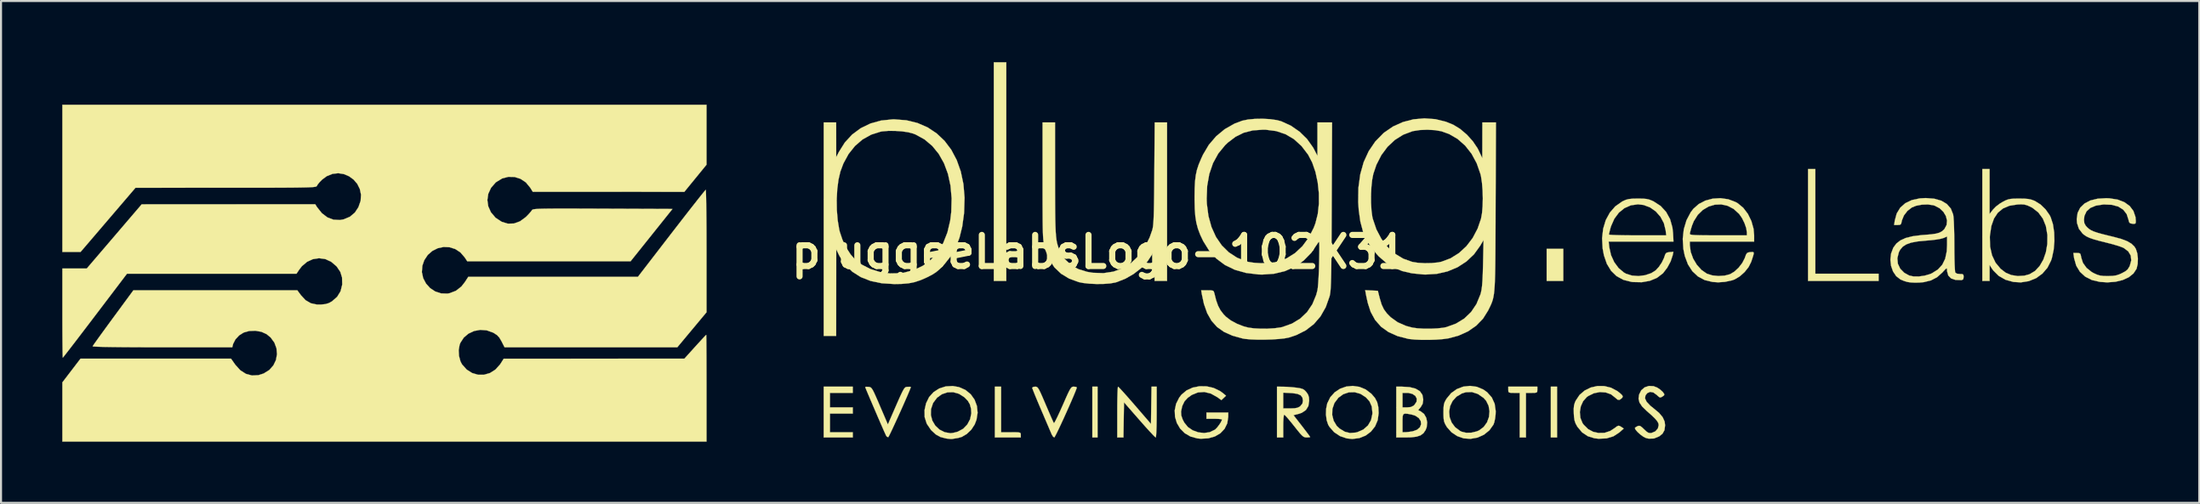
<source format=kicad_pcb>
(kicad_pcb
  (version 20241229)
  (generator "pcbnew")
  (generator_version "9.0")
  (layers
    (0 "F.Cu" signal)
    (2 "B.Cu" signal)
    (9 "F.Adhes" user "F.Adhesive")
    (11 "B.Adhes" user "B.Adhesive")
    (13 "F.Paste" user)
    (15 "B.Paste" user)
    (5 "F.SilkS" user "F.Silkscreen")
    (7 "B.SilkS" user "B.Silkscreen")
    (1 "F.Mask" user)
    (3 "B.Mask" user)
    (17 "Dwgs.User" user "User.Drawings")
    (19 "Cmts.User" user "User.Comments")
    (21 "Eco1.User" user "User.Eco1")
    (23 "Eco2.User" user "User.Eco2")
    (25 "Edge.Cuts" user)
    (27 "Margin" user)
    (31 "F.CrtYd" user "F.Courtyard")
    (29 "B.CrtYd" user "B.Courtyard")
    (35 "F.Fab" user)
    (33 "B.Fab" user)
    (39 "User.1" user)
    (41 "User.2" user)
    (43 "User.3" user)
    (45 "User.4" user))
  (footprint "pluggeeLabsLogo-102X31"
    (layer "F.Cu")
    (at 50.805 9.301)
    (property "Reference" "pluggeeLabsLogo-102X31" (at 0 0 0) (layer "F.SilkS") (effects (font (size 1.524 1.524) (thickness 0.3))))
    (attr through_hole)
    (fp_poly (pts (xy -4.572 1.422) (xy -5.182 1.422) (xy -5.182 -9.296) (xy -4.572 -9.296) (xy -4.572 1.422)) (stroke (width 0.01) (type solid)) (fill yes) (layer "F.SilkS"))
    (fp_poly (pts (xy -0.102 9.093) (xy -0.356 9.093) (xy -0.356 6.604) (xy -0.102 6.604) (xy -0.102 9.093)) (stroke (width 0.01) (type solid)) (fill yes) (layer "F.SilkS"))
    (fp_poly (pts (xy 22.403 9.093) (xy 22.098 9.093) (xy 22.098 6.604) (xy 22.403 6.604) (xy 22.403 9.093)) (stroke (width 0.01) (type solid)) (fill yes) (layer "F.SilkS"))
    (fp_poly (pts (xy 22.708 1.422) (xy 21.895 1.422) (xy 21.895 -0.152) (xy 22.708 -0.152) (xy 22.708 1.422)) (stroke (width 0.01) (type solid)) (fill yes) (layer "F.SilkS"))
    (fp_poly (pts (xy 35.052 1.067) (xy 38.151 1.067) (xy 38.151 1.422) (xy 34.696 1.422) (xy 34.696 -4.064) (xy 35.052 -4.064) (xy 35.052 1.067)) (stroke (width 0.01) (type solid)) (fill yes) (layer "F.SilkS"))
    (fp_poly (pts (xy -12.09 6.909) (xy -13.208 6.909) (xy -13.208 7.62) (xy -12.09 7.62) (xy -12.09 7.925) (xy -13.208 7.925) (xy -13.208 8.839) (xy -12.09 8.839) (xy -12.09 9.093) (xy -13.513 9.093) (xy -13.513 6.604) (xy -12.09 6.604) (xy -12.09 6.909)) (stroke (width 0.01) (type solid)) (fill yes) (layer "F.SilkS"))
    (fp_poly (pts (xy -4.826 8.839) (xy -4.343 8.839) (xy -4.12 8.84) (xy -3.979 8.846) (xy -3.901 8.862) (xy -3.868 8.893) (xy -3.861 8.945) (xy -3.861 8.966) (xy -3.861 9.093) (xy -5.131 9.093) (xy -5.131 6.604) (xy -4.826 6.604) (xy -4.826 8.839)) (stroke (width 0.01) (type solid)) (fill yes) (layer "F.SilkS"))
    (fp_poly (pts (xy 21.438 6.756) (xy 21.433 6.844) (xy 21.402 6.889) (xy 21.32 6.906) (xy 21.162 6.909) (xy 21.158 6.909) (xy 20.879 6.909) (xy 20.879 9.093) (xy 20.574 9.093) (xy 20.574 6.909) (xy 20.295 6.909) (xy 20.135 6.906) (xy 20.052 6.889) (xy 20.02 6.845) (xy 20.015 6.759) (xy 20.015 6.604) (xy 21.438 6.604) (xy 21.438 6.756)) (stroke (width 0.01) (type solid)) (fill yes) (layer "F.SilkS"))
    (fp_poly (pts (xy 2.794 7.849) (xy 2.792 8.232) (xy 2.787 8.557) (xy 2.778 8.814) (xy 2.767 8.992) (xy 2.753 9.083) (xy 2.746 9.093) (xy 2.7 9.057) (xy 2.598 8.954) (xy 2.45 8.796) (xy 2.266 8.594) (xy 2.057 8.358) (xy 1.946 8.232) (xy 1.194 7.371) (xy 1.166 9.093) (xy 0.864 9.093) (xy 0.864 7.849) (xy 0.865 7.505) (xy 0.869 7.198) (xy 0.876 6.941) (xy 0.884 6.748) (xy 0.894 6.632) (xy 0.902 6.605) (xy 0.944 6.642) (xy 1.043 6.745) (xy 1.188 6.905) (xy 1.371 7.11) (xy 1.581 7.35) (xy 1.727 7.519) (xy 2.515 8.433) (xy 2.528 7.518) (xy 2.542 6.604) (xy 2.794 6.604) (xy 2.794 7.849)) (stroke (width 0.01) (type solid)) (fill yes) (layer "F.SilkS"))
    (fp_poly (pts (xy -9.246 6.62) (xy -9.246 6.621) (xy -9.266 6.684) (xy -9.321 6.822) (xy -9.405 7.021) (xy -9.512 7.266) (xy -9.633 7.542) (xy -9.763 7.833) (xy -9.895 8.125) (xy -10.023 8.403) (xy -10.138 8.652) (xy -10.235 8.857) (xy -10.308 9.004) (xy -10.348 9.076) (xy -10.353 9.081) (xy -10.417 9.058) (xy -10.456 9.007) (xy -10.491 8.932) (xy -10.558 8.784) (xy -10.649 8.577) (xy -10.758 8.327) (xy -10.878 8.05) (xy -11.002 7.76) (xy -11.125 7.473) (xy -11.24 7.205) (xy -11.339 6.971) (xy -11.417 6.786) (xy -11.466 6.665) (xy -11.481 6.624) (xy -11.437 6.61) (xy -11.329 6.612) (xy -11.318 6.613) (xy -11.26 6.622) (xy -11.212 6.643) (xy -11.164 6.689) (xy -11.11 6.772) (xy -11.042 6.906) (xy -10.954 7.101) (xy -10.836 7.371) (xy -10.763 7.543) (xy -10.371 8.457) (xy -10.238 8.153) (xy -10.057 7.736) (xy -9.912 7.404) (xy -9.797 7.145) (xy -9.708 6.951) (xy -9.639 6.812) (xy -9.586 6.719) (xy -9.543 6.662) (xy -9.505 6.632) (xy -9.468 6.62) (xy -9.425 6.615) (xy -9.408 6.613) (xy -9.297 6.609) (xy -9.246 6.62)) (stroke (width 0.01) (type solid)) (fill yes) (layer "F.SilkS"))
    (fp_poly (pts (xy 24.715 6.575) (xy 25.045 6.656) (xy 25.352 6.818) (xy 25.469 6.909) (xy 25.579 7.01) (xy 25.621 7.074) (xy 25.607 7.127) (xy 25.572 7.17) (xy 25.465 7.252) (xy 25.365 7.241) (xy 25.268 7.156) (xy 25.051 6.984) (xy 24.788 6.888) (xy 24.499 6.869) (xy 24.205 6.927) (xy 23.93 7.063) (xy 23.862 7.112) (xy 23.68 7.316) (xy 23.565 7.571) (xy 23.519 7.853) (xy 23.546 8.134) (xy 23.649 8.388) (xy 23.706 8.469) (xy 23.926 8.687) (xy 24.173 8.818) (xy 24.423 8.873) (xy 24.734 8.868) (xy 25.017 8.771) (xy 25.223 8.635) (xy 25.34 8.548) (xy 25.415 8.518) (xy 25.484 8.538) (xy 25.539 8.572) (xy 25.669 8.657) (xy 25.452 8.85) (xy 25.166 9.037) (xy 24.826 9.14) (xy 24.438 9.157) (xy 24.239 9.135) (xy 23.911 9.034) (xy 23.629 8.845) (xy 23.403 8.575) (xy 23.395 8.563) (xy 23.311 8.41) (xy 23.26 8.265) (xy 23.234 8.087) (xy 23.223 7.918) (xy 23.219 7.69) (xy 23.234 7.525) (xy 23.275 7.385) (xy 23.316 7.292) (xy 23.505 7.009) (xy 23.757 6.793) (xy 24.054 6.647) (xy 24.378 6.573) (xy 24.715 6.575)) (stroke (width 0.01) (type solid)) (fill yes) (layer "F.SilkS"))
    (fp_poly (pts (xy 12.72 6.613) (xy 13.027 6.739) (xy 13.304 6.949) (xy 13.311 6.956) (xy 13.484 7.157) (xy 13.592 7.362) (xy 13.649 7.604) (xy 13.665 7.902) (xy 13.619 8.248) (xy 13.489 8.554) (xy 13.287 8.808) (xy 13.026 9.002) (xy 12.718 9.125) (xy 12.376 9.168) (xy 12.107 9.141) (xy 11.774 9.028) (xy 11.483 8.834) (xy 11.256 8.574) (xy 11.193 8.468) (xy 11.119 8.246) (xy 11.088 7.99) (xy 11.39 7.99) (xy 11.461 8.273) (xy 11.609 8.522) (xy 11.751 8.658) (xy 12.007 8.813) (xy 12.259 8.877) (xy 12.536 8.855) (xy 12.624 8.834) (xy 12.915 8.706) (xy 13.141 8.507) (xy 13.292 8.248) (xy 13.358 7.944) (xy 13.36 7.874) (xy 13.327 7.574) (xy 13.221 7.33) (xy 13.042 7.129) (xy 12.777 6.957) (xy 12.492 6.876) (xy 12.205 6.883) (xy 11.933 6.974) (xy 11.694 7.147) (xy 11.505 7.398) (xy 11.497 7.412) (xy 11.4 7.695) (xy 11.39 7.99) (xy 11.088 7.99) (xy 11.085 7.972) (xy 11.094 7.686) (xy 11.147 7.429) (xy 11.147 7.427) (xy 11.297 7.122) (xy 11.513 6.88) (xy 11.78 6.704) (xy 12.08 6.599) (xy 12.399 6.567) (xy 12.72 6.613)) (stroke (width 0.01) (type solid)) (fill yes) (layer "F.SilkS"))
    (fp_poly (pts (xy 5.243 6.589) (xy 5.586 6.668) (xy 5.903 6.822) (xy 6.046 6.927) (xy 6.191 7.049) (xy 6.077 7.157) (xy 5.963 7.264) (xy 5.763 7.119) (xy 5.446 6.942) (xy 5.128 6.865) (xy 4.815 6.887) (xy 4.514 7.009) (xy 4.318 7.149) (xy 4.157 7.323) (xy 4.055 7.534) (xy 4.037 7.593) (xy 3.989 7.821) (xy 3.999 8.018) (xy 4.071 8.223) (xy 4.148 8.368) (xy 4.324 8.585) (xy 4.56 8.745) (xy 4.832 8.844) (xy 5.117 8.876) (xy 5.392 8.836) (xy 5.635 8.72) (xy 5.673 8.691) (xy 5.761 8.599) (xy 5.859 8.471) (xy 5.943 8.339) (xy 5.99 8.238) (xy 5.994 8.217) (xy 5.948 8.199) (xy 5.824 8.185) (xy 5.649 8.179) (xy 5.613 8.179) (xy 5.232 8.179) (xy 5.232 7.874) (xy 6.299 7.874) (xy 6.298 8.09) (xy 6.251 8.403) (xy 6.119 8.671) (xy 5.914 8.888) (xy 5.644 9.045) (xy 5.321 9.137) (xy 4.954 9.156) (xy 4.789 9.141) (xy 4.451 9.049) (xy 4.167 8.883) (xy 3.943 8.657) (xy 3.783 8.386) (xy 3.693 8.084) (xy 3.678 7.767) (xy 3.744 7.448) (xy 3.897 7.143) (xy 4.007 6.999) (xy 4.256 6.789) (xy 4.559 6.65) (xy 4.894 6.583) (xy 5.243 6.589)) (stroke (width 0.01) (type solid)) (fill yes) (layer "F.SilkS"))
    (fp_poly (pts (xy -6.888 6.626) (xy -6.569 6.767) (xy -6.312 6.978) (xy -6.124 7.244) (xy -6.01 7.551) (xy -5.976 7.883) (xy -6.03 8.226) (xy -6.121 8.462) (xy -6.289 8.717) (xy -6.51 8.926) (xy -6.759 9.07) (xy -6.934 9.12) (xy -7.084 9.144) (xy -7.198 9.163) (xy -7.214 9.167) (xy -7.308 9.168) (xy -7.456 9.153) (xy -7.523 9.143) (xy -7.797 9.072) (xy -8.023 8.947) (xy -8.237 8.749) (xy -8.266 8.717) (xy -8.466 8.422) (xy -8.569 8.1) (xy -8.57 7.997) (xy -8.265 7.997) (xy -8.193 8.271) (xy -8.049 8.514) (xy -7.844 8.708) (xy -7.587 8.837) (xy -7.312 8.886) (xy -7.185 8.872) (xy -7.017 8.832) (xy -6.943 8.809) (xy -6.686 8.671) (xy -6.482 8.461) (xy -6.343 8.2) (xy -6.283 7.911) (xy -6.297 7.685) (xy -6.356 7.467) (xy -6.456 7.295) (xy -6.622 7.125) (xy -6.623 7.124) (xy -6.886 6.955) (xy -7.169 6.875) (xy -7.454 6.883) (xy -7.725 6.974) (xy -7.962 7.145) (xy -8.148 7.393) (xy -8.161 7.417) (xy -8.258 7.707) (xy -8.265 7.997) (xy -8.57 7.997) (xy -8.574 7.751) (xy -8.5 7.42) (xy -8.352 7.116) (xy -8.132 6.871) (xy -7.856 6.694) (xy -7.538 6.592) (xy -7.193 6.572) (xy -6.888 6.626)) (stroke (width 0.01) (type solid)) (fill yes) (layer "F.SilkS"))
    (fp_poly (pts (xy -1.159 6.616) (xy -1.117 6.642) (xy -1.137 6.712) (xy -1.192 6.856) (xy -1.276 7.059) (xy -1.382 7.306) (xy -1.503 7.583) (xy -1.633 7.874) (xy -1.764 8.164) (xy -1.891 8.439) (xy -2.007 8.685) (xy -2.104 8.885) (xy -2.177 9.025) (xy -2.217 9.09) (xy -2.222 9.093) (xy -2.282 9.051) (xy -2.346 8.947) (xy -2.354 8.928) (xy -2.394 8.833) (xy -2.468 8.661) (xy -2.567 8.429) (xy -2.686 8.152) (xy -2.816 7.847) (xy -2.863 7.738) (xy -2.991 7.436) (xy -3.105 7.164) (xy -3.198 6.937) (xy -3.264 6.769) (xy -3.299 6.673) (xy -3.302 6.658) (xy -3.258 6.619) (xy -3.158 6.604) (xy -3.106 6.608) (xy -3.06 6.629) (xy -3.013 6.679) (xy -2.958 6.77) (xy -2.887 6.916) (xy -2.793 7.128) (xy -2.668 7.419) (xy -2.642 7.48) (xy -2.523 7.758) (xy -2.417 8.004) (xy -2.33 8.202) (xy -2.268 8.337) (xy -2.239 8.393) (xy -2.239 8.393) (xy -2.21 8.361) (xy -2.148 8.248) (xy -2.059 8.068) (xy -1.951 7.836) (xy -1.829 7.563) (xy -1.808 7.517) (xy -1.671 7.204) (xy -1.567 6.972) (xy -1.488 6.809) (xy -1.427 6.703) (xy -1.378 6.642) (xy -1.333 6.613) (xy -1.284 6.604) (xy -1.264 6.604) (xy -1.159 6.616)) (stroke (width 0.01) (type solid)) (fill yes) (layer "F.SilkS"))
    (fp_poly (pts (xy 8.979 6.606) (xy 9.191 6.614) (xy 9.441 6.633) (xy 9.627 6.653) (xy 9.824 6.683) (xy 9.952 6.722) (xy 10.045 6.783) (xy 10.122 6.865) (xy 10.211 6.995) (xy 10.253 7.134) (xy 10.262 7.3) (xy 10.223 7.555) (xy 10.104 7.749) (xy 9.903 7.885) (xy 9.738 7.941) (xy 9.495 8.002) (xy 9.904 8.528) (xy 10.055 8.725) (xy 10.182 8.891) (xy 10.271 9.012) (xy 10.311 9.07) (xy 10.312 9.074) (xy 10.268 9.087) (xy 10.158 9.093) (xy 10.138 9.093) (xy 10.064 9.088) (xy 9.996 9.063) (xy 9.921 9.006) (xy 9.824 8.904) (xy 9.693 8.746) (xy 9.525 8.534) (xy 9.363 8.333) (xy 9.222 8.163) (xy 9.112 8.041) (xy 9.048 7.98) (xy 9.039 7.976) (xy 9.02 8.023) (xy 9.004 8.153) (xy 8.994 8.345) (xy 8.992 8.534) (xy 8.992 9.093) (xy 8.687 9.093) (xy 8.687 7.671) (xy 8.992 7.671) (xy 9.34 7.671) (xy 9.552 7.663) (xy 9.694 7.636) (xy 9.801 7.582) (xy 9.823 7.566) (xy 9.931 7.435) (xy 9.957 7.294) (xy 9.931 7.136) (xy 9.845 7.027) (xy 9.688 6.958) (xy 9.446 6.922) (xy 9.368 6.917) (xy 8.992 6.898) (xy 8.992 7.671) (xy 8.687 7.671) (xy 8.687 6.604) (xy 8.979 6.606)) (stroke (width 0.01) (type solid)) (fill yes) (layer "F.SilkS"))
    (fp_poly (pts (xy 15.185 6.628) (xy 15.478 6.703) (xy 15.685 6.828) (xy 15.808 7.005) (xy 15.85 7.235) (xy 15.85 7.239) (xy 15.822 7.442) (xy 15.727 7.606) (xy 15.724 7.609) (xy 15.599 7.758) (xy 15.724 7.815) (xy 15.889 7.942) (xy 15.997 8.131) (xy 16.042 8.357) (xy 16.018 8.593) (xy 15.964 8.733) (xy 15.86 8.885) (xy 15.718 8.991) (xy 15.521 9.056) (xy 15.254 9.088) (xy 15.025 9.093) (xy 14.529 9.093) (xy 14.529 8.382) (xy 14.834 8.382) (xy 14.834 8.839) (xy 14.973 8.837) (xy 15.112 8.826) (xy 15.288 8.8) (xy 15.34 8.791) (xy 15.553 8.714) (xy 15.688 8.592) (xy 15.745 8.445) (xy 15.727 8.29) (xy 15.634 8.146) (xy 15.467 8.03) (xy 15.281 7.971) (xy 15.075 7.933) (xy 14.945 7.925) (xy 14.873 7.961) (xy 14.841 8.059) (xy 14.834 8.234) (xy 14.834 8.382) (xy 14.529 8.382) (xy 14.529 6.909) (xy 14.834 6.909) (xy 14.834 7.62) (xy 15.065 7.62) (xy 15.243 7.603) (xy 15.371 7.54) (xy 15.42 7.495) (xy 15.522 7.341) (xy 15.532 7.19) (xy 15.462 7.057) (xy 15.32 6.959) (xy 15.117 6.911) (xy 15.055 6.909) (xy 14.834 6.909) (xy 14.529 6.909) (xy 14.529 6.604) (xy 14.806 6.604) (xy 15.185 6.628)) (stroke (width 0.01) (type solid)) (fill yes) (layer "F.SilkS"))
    (fp_poly (pts (xy 18.474 6.611) (xy 18.79 6.743) (xy 18.981 6.879) (xy 19.208 7.136) (xy 19.347 7.443) (xy 19.398 7.799) (xy 19.394 7.948) (xy 19.371 8.155) (xy 19.331 8.344) (xy 19.288 8.466) (xy 19.089 8.744) (xy 18.823 8.959) (xy 18.508 9.101) (xy 18.164 9.162) (xy 17.833 9.139) (xy 17.517 9.029) (xy 17.233 8.84) (xy 17.012 8.59) (xy 16.994 8.562) (xy 16.918 8.43) (xy 16.872 8.313) (xy 16.849 8.178) (xy 16.841 7.992) (xy 16.84 7.874) (xy 16.841 7.829) (xy 17.118 7.829) (xy 17.143 8.103) (xy 17.241 8.364) (xy 17.411 8.593) (xy 17.654 8.775) (xy 17.73 8.812) (xy 17.951 8.866) (xy 18.213 8.86) (xy 18.474 8.796) (xy 18.587 8.747) (xy 18.811 8.579) (xy 18.973 8.353) (xy 19.069 8.09) (xy 19.095 7.812) (xy 19.05 7.54) (xy 18.93 7.295) (xy 18.803 7.154) (xy 18.522 6.961) (xy 18.232 6.868) (xy 17.936 6.877) (xy 17.741 6.937) (xy 17.477 7.095) (xy 17.285 7.308) (xy 17.165 7.558) (xy 17.118 7.829) (xy 16.841 7.829) (xy 16.843 7.651) (xy 16.858 7.496) (xy 16.892 7.376) (xy 16.952 7.257) (xy 16.993 7.191) (xy 17.218 6.919) (xy 17.496 6.722) (xy 17.81 6.603) (xy 18.142 6.566) (xy 18.474 6.611)) (stroke (width 0.01) (type solid)) (fill yes) (layer "F.SilkS"))
    (fp_poly (pts (xy 27.13 6.58) (xy 27.313 6.652) (xy 27.458 6.751) (xy 27.577 6.859) (xy 27.598 6.885) (xy 27.656 6.975) (xy 27.644 7.029) (xy 27.566 7.087) (xy 27.484 7.132) (xy 27.42 7.126) (xy 27.337 7.059) (xy 27.289 7.012) (xy 27.119 6.889) (xy 26.959 6.859) (xy 26.819 6.923) (xy 26.732 7.038) (xy 26.712 7.181) (xy 26.79 7.346) (xy 26.966 7.534) (xy 27.136 7.671) (xy 27.402 7.893) (xy 27.577 8.104) (xy 27.672 8.316) (xy 27.694 8.499) (xy 27.664 8.736) (xy 27.566 8.912) (xy 27.407 9.039) (xy 27.149 9.146) (xy 26.89 9.153) (xy 26.746 9.117) (xy 26.623 9.053) (xy 26.482 8.95) (xy 26.349 8.83) (xy 26.251 8.717) (xy 26.213 8.636) (xy 26.254 8.592) (xy 26.336 8.545) (xy 26.415 8.521) (xy 26.487 8.539) (xy 26.58 8.611) (xy 26.667 8.696) (xy 26.794 8.814) (xy 26.887 8.87) (xy 26.98 8.88) (xy 27.039 8.871) (xy 27.22 8.793) (xy 27.341 8.653) (xy 27.381 8.489) (xy 27.365 8.398) (xy 27.309 8.296) (xy 27.202 8.17) (xy 27.036 8.008) (xy 26.798 7.798) (xy 26.782 7.784) (xy 26.568 7.574) (xy 26.441 7.383) (xy 26.394 7.194) (xy 26.42 6.994) (xy 26.525 6.784) (xy 26.692 6.639) (xy 26.901 6.569) (xy 27.13 6.58)) (stroke (width 0.01) (type solid)) (fill yes) (layer "F.SilkS"))
    (fp_poly (pts (xy 43.586 -1.861) (xy 43.748 -2.071) (xy 43.896 -2.224) (xy 44.096 -2.375) (xy 44.218 -2.448) (xy 44.367 -2.526) (xy 44.492 -2.574) (xy 44.622 -2.601) (xy 44.79 -2.613) (xy 45.027 -2.616) (xy 45.034 -2.616) (xy 45.291 -2.612) (xy 45.478 -2.597) (xy 45.628 -2.565) (xy 45.773 -2.512) (xy 45.811 -2.495) (xy 46.08 -2.327) (xy 46.327 -2.088) (xy 46.525 -1.808) (xy 46.582 -1.693) (xy 46.69 -1.357) (xy 46.749 -0.961) (xy 46.761 -0.534) (xy 46.725 -0.107) (xy 46.64 0.292) (xy 46.599 0.419) (xy 46.422 0.772) (xy 46.172 1.063) (xy 45.863 1.286) (xy 45.506 1.431) (xy 45.117 1.493) (xy 44.755 1.471) (xy 44.366 1.363) (xy 44.034 1.174) (xy 43.767 0.909) (xy 43.682 0.787) (xy 43.587 0.635) (xy 43.587 1.029) (xy 43.586 1.422) (xy 43.231 1.422) (xy 43.231 -0.729) (xy 43.599 -0.729) (xy 43.612 -0.256) (xy 43.706 0.164) (xy 43.878 0.527) (xy 44.127 0.827) (xy 44.375 1.017) (xy 44.648 1.132) (xy 44.965 1.182) (xy 45.29 1.163) (xy 45.546 1.092) (xy 45.812 0.932) (xy 46.038 0.689) (xy 46.218 0.379) (xy 46.345 0.014) (xy 46.414 -0.391) (xy 46.418 -0.822) (xy 46.417 -0.84) (xy 46.344 -1.268) (xy 46.196 -1.634) (xy 45.976 -1.933) (xy 45.688 -2.161) (xy 45.589 -2.214) (xy 45.424 -2.287) (xy 45.283 -2.325) (xy 45.122 -2.334) (xy 44.944 -2.326) (xy 44.56 -2.265) (xy 44.243 -2.131) (xy 43.991 -1.924) (xy 43.803 -1.64) (xy 43.675 -1.278) (xy 43.606 -0.833) (xy 43.599 -0.729) (xy 43.231 -0.729) (xy 43.231 -4.064) (xy 43.586 -4.064) (xy 43.586 -1.861)) (stroke (width 0.01) (type solid)) (fill yes) (layer "F.SilkS"))
    (fp_poly (pts (xy 3.302 -6.35) (xy 3.302 1.422) (xy 2.692 1.422) (xy 2.692 -0.122) (xy 2.554 0.147) (xy 2.333 0.48) (xy 2.032 0.795) (xy 1.67 1.076) (xy 1.27 1.307) (xy 0.852 1.474) (xy 0.762 1.5) (xy 0.514 1.544) (xy 0.199 1.567) (xy -0.149 1.571) (xy -0.496 1.556) (xy -0.809 1.521) (xy -1.019 1.479) (xy -1.49 1.308) (xy -1.887 1.068) (xy -2.212 0.758) (xy -2.466 0.375) (xy -2.651 -0.083) (xy -2.694 -0.233) (xy -2.715 -0.322) (xy -2.733 -0.414) (xy -2.749 -0.516) (xy -2.761 -0.639) (xy -2.771 -0.79) (xy -2.779 -0.98) (xy -2.785 -1.216) (xy -2.789 -1.508) (xy -2.791 -1.865) (xy -2.793 -2.296) (xy -2.794 -2.809) (xy -2.794 -3.414) (xy -2.794 -3.488) (xy -2.794 -6.35) (xy -2.184 -6.35) (xy -2.183 -3.594) (xy -2.182 -2.958) (xy -2.18 -2.415) (xy -2.177 -1.955) (xy -2.172 -1.57) (xy -2.163 -1.25) (xy -2.151 -0.987) (xy -2.135 -0.772) (xy -2.114 -0.595) (xy -2.087 -0.448) (xy -2.053 -0.322) (xy -2.013 -0.207) (xy -1.965 -0.095) (xy -1.908 0.023) (xy -1.688 0.367) (xy -1.4 0.64) (xy -1.04 0.843) (xy -0.607 0.976) (xy -0.336 1.021) (xy 0.189 1.039) (xy 0.679 0.964) (xy 1.13 0.798) (xy 1.536 0.545) (xy 1.894 0.208) (xy 2.2 -0.21) (xy 2.448 -0.706) (xy 2.578 -1.075) (xy 2.597 -1.151) (xy 2.614 -1.248) (xy 2.627 -1.374) (xy 2.639 -1.54) (xy 2.649 -1.752) (xy 2.657 -2.022) (xy 2.663 -2.357) (xy 2.669 -2.767) (xy 2.674 -3.26) (xy 2.679 -3.846) (xy 2.679 -3.848) (xy 2.698 -6.35) (xy 3 -6.35) (xy 3.302 -6.35)) (stroke (width 0.01) (type solid)) (fill yes) (layer "F.SilkS"))
    (fp_poly (pts (xy 26.607 -2.613) (xy 26.782 -2.598) (xy 26.923 -2.565) (xy 27.065 -2.509) (xy 27.135 -2.475) (xy 27.475 -2.254) (xy 27.743 -1.964) (xy 27.938 -1.609) (xy 28.053 -1.198) (xy 28.083 -0.927) (xy 28.105 -0.508) (xy 24.929 -0.508) (xy 24.963 -0.216) (xy 25.047 0.158) (xy 25.202 0.499) (xy 25.415 0.788) (xy 25.674 1.007) (xy 25.784 1.068) (xy 26.07 1.158) (xy 26.391 1.182) (xy 26.716 1.141) (xy 27.014 1.041) (xy 27.231 0.905) (xy 27.387 0.736) (xy 27.534 0.517) (xy 27.641 0.295) (xy 27.658 0.243) (xy 27.706 0.106) (xy 27.764 0.04) (xy 27.865 0.014) (xy 27.912 0.009) (xy 28.102 -0.007) (xy 28.066 0.162) (xy 27.965 0.465) (xy 27.801 0.77) (xy 27.601 1.032) (xy 27.58 1.054) (xy 27.295 1.27) (xy 26.949 1.415) (xy 26.552 1.485) (xy 26.118 1.476) (xy 26.043 1.466) (xy 25.651 1.367) (xy 25.319 1.186) (xy 25.05 0.925) (xy 24.843 0.585) (xy 24.699 0.167) (xy 24.636 -0.169) (xy 24.609 -0.671) (xy 24.629 -0.851) (xy 24.943 -0.851) (xy 24.992 -0.841) (xy 25.129 -0.832) (xy 25.342 -0.824) (xy 25.618 -0.818) (xy 25.943 -0.814) (xy 26.306 -0.813) (xy 26.347 -0.813) (xy 27.751 -0.813) (xy 27.721 -1.063) (xy 27.634 -1.413) (xy 27.469 -1.724) (xy 27.239 -1.986) (xy 26.958 -2.183) (xy 26.641 -2.303) (xy 26.365 -2.335) (xy 26.017 -2.286) (xy 25.702 -2.147) (xy 25.429 -1.924) (xy 25.208 -1.627) (xy 25.047 -1.263) (xy 25.015 -1.156) (xy 24.975 -1.001) (xy 24.949 -0.887) (xy 24.943 -0.851) (xy 24.629 -0.851) (xy 24.661 -1.137) (xy 24.788 -1.559) (xy 24.988 -1.928) (xy 25.254 -2.234) (xy 25.585 -2.468) (xy 25.641 -2.497) (xy 25.779 -2.557) (xy 25.92 -2.593) (xy 26.095 -2.611) (xy 26.335 -2.616) (xy 26.365 -2.616) (xy 26.607 -2.613)) (stroke (width 0.01) (type solid)) (fill yes) (layer "F.SilkS"))
    (fp_poly (pts (xy 30.784 -2.583) (xy 31.14 -2.45) (xy 31.254 -2.386) (xy 31.523 -2.162) (xy 31.749 -1.865) (xy 31.92 -1.515) (xy 32.026 -1.136) (xy 32.055 -0.812) (xy 32.055 -0.508) (xy 28.905 -0.508) (xy 28.905 -0.336) (xy 28.948 -0.004) (xy 29.068 0.327) (xy 29.25 0.632) (xy 29.48 0.886) (xy 29.741 1.066) (xy 29.745 1.067) (xy 30.001 1.149) (xy 30.303 1.18) (xy 30.61 1.161) (xy 30.874 1.092) (xy 31.087 0.965) (xy 31.297 0.77) (xy 31.476 0.537) (xy 31.598 0.299) (xy 31.607 0.271) (xy 31.66 0.124) (xy 31.714 0.049) (xy 31.797 0.018) (xy 31.875 0.009) (xy 31.966 0.002) (xy 32.02 0.011) (xy 32.038 0.052) (xy 32.022 0.142) (xy 31.973 0.3) (xy 31.912 0.483) (xy 31.785 0.738) (xy 31.59 0.984) (xy 31.354 1.195) (xy 31.103 1.345) (xy 30.983 1.389) (xy 30.625 1.467) (xy 30.296 1.49) (xy 30.018 1.471) (xy 29.635 1.379) (xy 29.304 1.202) (xy 29.029 0.944) (xy 28.813 0.608) (xy 28.66 0.198) (xy 28.589 -0.147) (xy 28.559 -0.639) (xy 28.586 -0.888) (xy 28.905 -0.888) (xy 28.917 -0.865) (xy 28.959 -0.848) (xy 29.043 -0.834) (xy 29.179 -0.825) (xy 29.377 -0.819) (xy 29.648 -0.815) (xy 30.003 -0.813) (xy 30.302 -0.813) (xy 31.699 -0.813) (xy 31.699 -0.963) (xy 31.668 -1.168) (xy 31.584 -1.411) (xy 31.465 -1.654) (xy 31.325 -1.858) (xy 31.318 -1.866) (xy 31.052 -2.108) (xy 30.757 -2.262) (xy 30.444 -2.33) (xy 30.129 -2.317) (xy 29.823 -2.225) (xy 29.541 -2.058) (xy 29.296 -1.819) (xy 29.101 -1.511) (xy 29.014 -1.296) (xy 28.959 -1.117) (xy 28.92 -0.97) (xy 28.905 -0.888) (xy 28.586 -0.888) (xy 28.611 -1.113) (xy 28.742 -1.552) (xy 28.946 -1.94) (xy 29.076 -2.112) (xy 29.343 -2.349) (xy 29.667 -2.517) (xy 30.028 -2.613) (xy 30.407 -2.636) (xy 30.784 -2.583)) (stroke (width 0.01) (type solid)) (fill yes) (layer "F.SilkS"))
    (fp_poly (pts (xy -9.467 -6.455) (xy -8.921 -6.322) (xy -8.424 -6.106) (xy -7.98 -5.811) (xy -7.592 -5.443) (xy -7.264 -5.006) (xy -6.999 -4.504) (xy -6.8 -3.944) (xy -6.671 -3.328) (xy -6.615 -2.662) (xy -6.637 -1.951) (xy -6.644 -1.866) (xy -6.73 -1.241) (xy -6.865 -0.693) (xy -7.052 -0.211) (xy -7.298 0.219) (xy -7.609 0.612) (xy -7.64 0.645) (xy -7.838 0.847) (xy -8.015 0.995) (xy -8.212 1.12) (xy -8.453 1.244) (xy -8.767 1.382) (xy -9.059 1.478) (xy -9.359 1.538) (xy -9.701 1.567) (xy -10.055 1.574) (xy -10.671 1.535) (xy -11.219 1.421) (xy -11.699 1.232) (xy -12.112 0.969) (xy -12.455 0.631) (xy -12.729 0.218) (xy -12.776 0.127) (xy -12.899 -0.127) (xy -12.903 4.115) (xy -13.513 4.115) (xy -13.513 -2.568) (xy -12.877 -2.568) (xy -12.87 -2.053) (xy -12.829 -1.557) (xy -12.755 -1.109) (xy -12.727 -0.991) (xy -12.595 -0.597) (xy -12.413 -0.217) (xy -12.198 0.118) (xy -12.007 0.339) (xy -11.65 0.62) (xy -11.23 0.836) (xy -10.764 0.982) (xy -10.271 1.053) (xy -9.77 1.043) (xy -9.601 1.02) (xy -9.1 0.89) (xy -8.652 0.675) (xy -8.261 0.38) (xy -7.929 0.007) (xy -7.659 -0.439) (xy -7.455 -0.954) (xy -7.318 -1.536) (xy -7.266 -1.962) (xy -7.248 -2.629) (xy -7.303 -3.253) (xy -7.428 -3.828) (xy -7.621 -4.348) (xy -7.879 -4.807) (xy -8.198 -5.198) (xy -8.575 -5.516) (xy -9.008 -5.755) (xy -9.135 -5.805) (xy -9.376 -5.868) (xy -9.681 -5.912) (xy -10.017 -5.935) (xy -10.347 -5.936) (xy -10.636 -5.912) (xy -10.726 -5.897) (xy -11.19 -5.75) (xy -11.61 -5.515) (xy -11.98 -5.197) (xy -12.295 -4.803) (xy -12.549 -4.337) (xy -12.698 -3.937) (xy -12.79 -3.539) (xy -12.85 -3.073) (xy -12.877 -2.568) (xy -13.513 -2.568) (xy -13.513 -6.35) (xy -12.903 -6.35) (xy -12.902 -5.499) (xy -12.901 -4.648) (xy -12.77 -4.902) (xy -12.479 -5.365) (xy -12.121 -5.754) (xy -11.701 -6.066) (xy -11.226 -6.296) (xy -10.703 -6.442) (xy -10.137 -6.5) (xy -10.058 -6.501) (xy -9.467 -6.455)) (stroke (width 0.01) (type solid)) (fill yes) (layer "F.SilkS"))
    (fp_poly (pts (xy 49.454 -2.629) (xy 49.853 -2.568) (xy 50.185 -2.441) (xy 50.446 -2.254) (xy 50.63 -2.011) (xy 50.731 -1.717) (xy 50.749 -1.508) (xy 50.739 -1.411) (xy 50.687 -1.377) (xy 50.585 -1.381) (xy 50.47 -1.405) (xy 50.415 -1.471) (xy 50.391 -1.575) (xy 50.3 -1.856) (xy 50.13 -2.073) (xy 49.887 -2.226) (xy 49.572 -2.311) (xy 49.19 -2.328) (xy 49.145 -2.325) (xy 48.794 -2.271) (xy 48.523 -2.159) (xy 48.335 -1.991) (xy 48.231 -1.767) (xy 48.209 -1.572) (xy 48.227 -1.413) (xy 48.294 -1.287) (xy 48.374 -1.198) (xy 48.458 -1.126) (xy 48.557 -1.063) (xy 48.688 -1.003) (xy 48.865 -0.943) (xy 49.103 -0.876) (xy 49.416 -0.798) (xy 49.652 -0.741) (xy 50.03 -0.639) (xy 50.319 -0.53) (xy 50.531 -0.406) (xy 50.68 -0.262) (xy 50.749 -0.152) (xy 50.819 0.062) (xy 50.85 0.325) (xy 50.839 0.592) (xy 50.787 0.817) (xy 50.782 0.828) (xy 50.634 1.055) (xy 50.404 1.24) (xy 50.106 1.377) (xy 49.752 1.462) (xy 49.354 1.492) (xy 48.989 1.468) (xy 48.598 1.377) (xy 48.271 1.211) (xy 48.013 0.975) (xy 47.831 0.675) (xy 47.728 0.314) (xy 47.724 0.292) (xy 47.69 0.051) (xy 47.867 0.051) (xy 47.979 0.058) (xy 48.035 0.098) (xy 48.063 0.201) (xy 48.072 0.262) (xy 48.158 0.535) (xy 48.333 0.78) (xy 48.585 0.982) (xy 48.678 1.035) (xy 48.848 1.113) (xy 48.999 1.158) (xy 49.174 1.178) (xy 49.373 1.182) (xy 49.608 1.175) (xy 49.783 1.15) (xy 49.943 1.098) (xy 50.068 1.042) (xy 50.243 0.945) (xy 50.354 0.849) (xy 50.433 0.72) (xy 50.455 0.673) (xy 50.526 0.412) (xy 50.5 0.176) (xy 50.378 -0.027) (xy 50.164 -0.19) (xy 50.138 -0.204) (xy 50.009 -0.256) (xy 49.809 -0.321) (xy 49.563 -0.392) (xy 49.3 -0.459) (xy 49.293 -0.461) (xy 48.947 -0.547) (xy 48.684 -0.621) (xy 48.486 -0.689) (xy 48.337 -0.759) (xy 48.218 -0.837) (xy 48.139 -0.904) (xy 47.96 -1.137) (xy 47.868 -1.419) (xy 47.854 -1.608) (xy 47.898 -1.915) (xy 48.027 -2.172) (xy 48.237 -2.375) (xy 48.522 -2.523) (xy 48.878 -2.61) (xy 49.299 -2.635) (xy 49.454 -2.629)) (stroke (width 0.01) (type solid)) (fill yes) (layer "F.SilkS"))
    (fp_poly (pts (xy 40.88 -2.609) (xy 41.225 -2.511) (xy 41.495 -2.349) (xy 41.688 -2.126) (xy 41.8 -1.843) (xy 41.804 -1.829) (xy 41.82 -1.7) (xy 41.835 -1.485) (xy 41.846 -1.202) (xy 41.855 -0.866) (xy 41.859 -0.494) (xy 41.86 -0.315) (xy 41.862 0.035) (xy 41.867 0.353) (xy 41.875 0.625) (xy 41.886 0.836) (xy 41.898 0.971) (xy 41.907 1.013) (xy 41.992 1.066) (xy 42.135 1.082) (xy 42.256 1.086) (xy 42.306 1.125) (xy 42.316 1.222) (xy 42.316 1.224) (xy 42.299 1.334) (xy 42.232 1.376) (xy 42.202 1.38) (xy 41.912 1.37) (xy 41.699 1.296) (xy 41.564 1.156) (xy 41.506 0.95) (xy 41.504 0.886) (xy 41.499 0.819) (xy 41.477 0.804) (xy 41.421 0.847) (xy 41.318 0.957) (xy 41.276 1.004) (xy 41.015 1.239) (xy 40.716 1.395) (xy 40.362 1.482) (xy 40.135 1.502) (xy 39.917 1.505) (xy 39.711 1.494) (xy 39.561 1.472) (xy 39.559 1.472) (xy 39.386 1.418) (xy 39.228 1.351) (xy 39.219 1.347) (xy 39.012 1.186) (xy 38.858 0.957) (xy 38.762 0.682) (xy 38.728 0.383) (xy 38.737 0.304) (xy 39.07 0.304) (xy 39.094 0.576) (xy 39.208 0.819) (xy 39.407 1.021) (xy 39.648 1.155) (xy 39.857 1.201) (xy 40.121 1.203) (xy 40.404 1.163) (xy 40.669 1.086) (xy 40.764 1.045) (xy 41.055 0.861) (xy 41.269 0.627) (xy 41.412 0.334) (xy 41.488 -0.027) (xy 41.504 -0.337) (xy 41.504 -0.757) (xy 41.315 -0.678) (xy 41.182 -0.642) (xy 40.973 -0.606) (xy 40.71 -0.575) (xy 40.477 -0.556) (xy 40.071 -0.517) (xy 39.752 -0.458) (xy 39.509 -0.372) (xy 39.33 -0.256) (xy 39.202 -0.102) (xy 39.142 0.016) (xy 39.07 0.304) (xy 38.737 0.304) (xy 38.762 0.081) (xy 38.868 -0.202) (xy 38.875 -0.215) (xy 39.022 -0.413) (xy 39.221 -0.568) (xy 39.484 -0.686) (xy 39.821 -0.77) (xy 40.243 -0.824) (xy 40.411 -0.837) (xy 40.727 -0.863) (xy 40.96 -0.897) (xy 41.13 -0.945) (xy 41.257 -1.013) (xy 41.359 -1.106) (xy 41.375 -1.125) (xy 41.481 -1.322) (xy 41.502 -1.54) (xy 41.447 -1.762) (xy 41.322 -1.969) (xy 41.138 -2.143) (xy 40.901 -2.267) (xy 40.828 -2.29) (xy 40.563 -2.328) (xy 40.269 -2.318) (xy 39.987 -2.264) (xy 39.782 -2.182) (xy 39.563 -2.012) (xy 39.391 -1.788) (xy 39.292 -1.544) (xy 39.285 -1.506) (xy 39.256 -1.383) (xy 39.202 -1.331) (xy 39.089 -1.321) (xy 39.083 -1.321) (xy 38.912 -1.321) (xy 38.943 -1.537) (xy 39.038 -1.886) (xy 39.212 -2.171) (xy 39.46 -2.391) (xy 39.781 -2.543) (xy 40.172 -2.626) (xy 40.462 -2.642) (xy 40.88 -2.609)) (stroke (width 0.01) (type solid)) (fill yes) (layer "F.SilkS"))
    (fp_poly (pts (xy 16.443 -6.51) (xy 16.968 -6.38) (xy 17.32 -6.236) (xy 17.657 -6.03) (xy 17.985 -5.751) (xy 18.277 -5.427) (xy 18.507 -5.086) (xy 18.567 -4.97) (xy 18.742 -4.597) (xy 18.745 -6.35) (xy 19.41 -6.35) (xy 19.393 -2.223) (xy 19.391 -1.457) (xy 19.388 -0.787) (xy 19.385 -0.203) (xy 19.381 0.301) (xy 19.376 0.732) (xy 19.369 1.098) (xy 19.359 1.406) (xy 19.347 1.663) (xy 19.331 1.877) (xy 19.312 2.054) (xy 19.287 2.203) (xy 19.258 2.329) (xy 19.223 2.441) (xy 19.182 2.546) (xy 19.135 2.651) (xy 19.08 2.763) (xy 19.026 2.873) (xy 18.776 3.272) (xy 18.445 3.614) (xy 18.043 3.893) (xy 17.575 4.104) (xy 17.076 4.237) (xy 16.809 4.274) (xy 16.48 4.299) (xy 16.119 4.311) (xy 15.758 4.31) (xy 15.428 4.295) (xy 15.161 4.268) (xy 15.113 4.26) (xy 14.591 4.125) (xy 14.149 3.927) (xy 13.783 3.665) (xy 13.493 3.336) (xy 13.275 2.938) (xy 13.138 2.515) (xy 13.093 2.319) (xy 13.054 2.136) (xy 13.036 2.042) (xy 13.006 1.875) (xy 13.316 1.89) (xy 13.626 1.905) (xy 13.721 2.278) (xy 13.811 2.577) (xy 13.921 2.811) (xy 14.071 3.015) (xy 14.253 3.199) (xy 14.594 3.445) (xy 15.008 3.627) (xy 15.313 3.708) (xy 15.57 3.744) (xy 15.884 3.762) (xy 16.222 3.763) (xy 16.55 3.747) (xy 16.834 3.715) (xy 16.981 3.685) (xy 17.453 3.513) (xy 17.858 3.265) (xy 18.193 2.944) (xy 18.457 2.551) (xy 18.648 2.087) (xy 18.673 2.002) (xy 18.704 1.855) (xy 18.73 1.66) (xy 18.75 1.403) (xy 18.765 1.073) (xy 18.777 0.657) (xy 18.779 0.559) (xy 18.803 -0.584) (xy 18.639 -0.305) (xy 18.336 0.115) (xy 17.963 0.468) (xy 17.529 0.749) (xy 17.044 0.952) (xy 16.518 1.073) (xy 15.961 1.108) (xy 15.829 1.102) (xy 15.289 1.046) (xy 14.822 0.937) (xy 14.409 0.769) (xy 14.034 0.534) (xy 13.677 0.223) (xy 13.661 0.208) (xy 13.342 -0.157) (xy 13.09 -0.553) (xy 12.901 -0.994) (xy 12.769 -1.491) (xy 12.69 -2.058) (xy 12.665 -2.438) (xy 12.67 -2.796) (xy 13.292 -2.796) (xy 13.293 -2.404) (xy 13.314 -2.037) (xy 13.355 -1.728) (xy 13.378 -1.626) (xy 13.555 -1.104) (xy 13.8 -0.64) (xy 14.105 -0.241) (xy 14.465 0.086) (xy 14.871 0.331) (xy 15.308 0.487) (xy 15.587 0.532) (xy 15.919 0.551) (xy 16.262 0.545) (xy 16.575 0.514) (xy 16.737 0.481) (xy 17.186 0.313) (xy 17.597 0.056) (xy 17.961 -0.279) (xy 18.27 -0.683) (xy 18.515 -1.149) (xy 18.678 -1.626) (xy 18.728 -1.899) (xy 18.757 -2.242) (xy 18.767 -2.624) (xy 18.756 -3.016) (xy 18.726 -3.388) (xy 18.678 -3.709) (xy 18.65 -3.825) (xy 18.467 -4.349) (xy 18.216 -4.814) (xy 17.902 -5.212) (xy 17.535 -5.537) (xy 17.119 -5.78) (xy 16.737 -5.917) (xy 16.418 -5.971) (xy 16.051 -5.991) (xy 15.681 -5.976) (xy 15.353 -5.925) (xy 15.318 -5.917) (xy 14.869 -5.748) (xy 14.461 -5.492) (xy 14.101 -5.155) (xy 13.797 -4.746) (xy 13.555 -4.272) (xy 13.404 -3.825) (xy 13.348 -3.537) (xy 13.31 -3.184) (xy 13.292 -2.796) (xy 12.67 -2.796) (xy 12.675 -3.149) (xy 12.765 -3.805) (xy 12.932 -4.403) (xy 13.178 -4.939) (xy 13.499 -5.412) (xy 13.897 -5.819) (xy 13.932 -5.849) (xy 14.37 -6.15) (xy 14.855 -6.368) (xy 15.372 -6.502) (xy 15.906 -6.549) (xy 16.443 -6.51)) (stroke (width 0.01) (type solid)) (fill yes) (layer "F.SilkS"))
    (fp_poly (pts (xy 8.345 -6.51) (xy 8.672 -6.464) (xy 8.89 -6.407) (xy 9.362 -6.192) (xy 9.79 -5.897) (xy 10.159 -5.535) (xy 10.453 -5.122) (xy 10.508 -5.021) (xy 10.668 -4.71) (xy 10.668 -6.35) (xy 11.026 -6.35) (xy 11.384 -6.35) (xy 11.366 -2.248) (xy 11.363 -1.498) (xy 11.359 -0.842) (xy 11.356 -0.274) (xy 11.352 0.213) (xy 11.347 0.627) (xy 11.342 0.974) (xy 11.336 1.262) (xy 11.329 1.496) (xy 11.321 1.686) (xy 11.312 1.836) (xy 11.301 1.955) (xy 11.288 2.049) (xy 11.274 2.126) (xy 11.261 2.18) (xy 11.075 2.706) (xy 10.818 3.158) (xy 10.491 3.538) (xy 10.092 3.845) (xy 9.622 4.08) (xy 9.271 4.196) (xy 9.059 4.237) (xy 8.772 4.268) (xy 8.436 4.29) (xy 8.078 4.3) (xy 7.724 4.3) (xy 7.399 4.288) (xy 7.131 4.264) (xy 7.01 4.244) (xy 6.512 4.107) (xy 6.096 3.922) (xy 5.755 3.681) (xy 5.481 3.376) (xy 5.268 3.001) (xy 5.108 2.546) (xy 5.006 2.07) (xy 4.974 1.88) (xy 5.28 1.88) (xy 5.45 1.883) (xy 5.546 1.899) (xy 5.592 1.939) (xy 5.616 2.015) (xy 5.618 2.019) (xy 5.706 2.368) (xy 5.803 2.64) (xy 5.919 2.859) (xy 6.067 3.052) (xy 6.185 3.174) (xy 6.42 3.354) (xy 6.72 3.517) (xy 7.048 3.646) (xy 7.281 3.708) (xy 7.556 3.745) (xy 7.887 3.763) (xy 8.239 3.761) (xy 8.576 3.74) (xy 8.863 3.7) (xy 8.951 3.681) (xy 9.421 3.512) (xy 9.824 3.268) (xy 10.158 2.95) (xy 10.42 2.561) (xy 10.608 2.105) (xy 10.667 1.88) (xy 10.687 1.744) (xy 10.706 1.527) (xy 10.724 1.249) (xy 10.739 0.929) (xy 10.749 0.588) (xy 10.751 0.508) (xy 10.758 0.15) (xy 10.762 -0.117) (xy 10.762 -0.304) (xy 10.758 -0.422) (xy 10.748 -0.482) (xy 10.732 -0.493) (xy 10.709 -0.467) (xy 10.687 -0.432) (xy 10.369 0.037) (xy 9.991 0.423) (xy 9.559 0.725) (xy 9.075 0.941) (xy 8.541 1.069) (xy 7.962 1.109) (xy 7.776 1.103) (xy 7.167 1.028) (xy 6.621 0.874) (xy 6.138 0.64) (xy 5.719 0.328) (xy 5.364 -0.064) (xy 5.072 -0.535) (xy 5.062 -0.556) (xy 4.92 -0.858) (xy 4.814 -1.142) (xy 4.738 -1.429) (xy 4.688 -1.742) (xy 4.66 -2.103) (xy 4.65 -2.536) (xy 4.65 -2.591) (xy 5.242 -2.591) (xy 5.252 -2.357) (xy 5.33 -1.758) (xy 5.48 -1.216) (xy 5.698 -0.736) (xy 5.981 -0.323) (xy 6.325 0.017) (xy 6.727 0.28) (xy 7.182 0.46) (xy 7.282 0.487) (xy 7.561 0.532) (xy 7.893 0.551) (xy 8.236 0.545) (xy 8.548 0.514) (xy 8.71 0.481) (xy 9.163 0.312) (xy 9.573 0.054) (xy 9.935 -0.287) (xy 10.242 -0.705) (xy 10.49 -1.194) (xy 10.57 -1.408) (xy 10.684 -1.86) (xy 10.739 -2.36) (xy 10.737 -2.885) (xy 10.68 -3.412) (xy 10.572 -3.917) (xy 10.414 -4.378) (xy 10.211 -4.769) (xy 9.885 -5.195) (xy 9.517 -5.529) (xy 9.103 -5.773) (xy 8.644 -5.926) (xy 8.134 -5.992) (xy 8 -5.994) (xy 7.501 -5.958) (xy 7.058 -5.845) (xy 6.657 -5.647) (xy 6.279 -5.36) (xy 6.147 -5.234) (xy 5.812 -4.826) (xy 5.553 -4.354) (xy 5.371 -3.821) (xy 5.267 -3.232) (xy 5.242 -2.591) (xy 4.65 -2.591) (xy 4.649 -2.692) (xy 4.655 -3.117) (xy 4.673 -3.464) (xy 4.709 -3.759) (xy 4.767 -4.026) (xy 4.853 -4.288) (xy 4.971 -4.57) (xy 5.064 -4.771) (xy 5.349 -5.252) (xy 5.708 -5.672) (xy 6.131 -6.021) (xy 6.607 -6.291) (xy 6.985 -6.433) (xy 7.267 -6.492) (xy 7.61 -6.524) (xy 7.98 -6.53) (xy 8.345 -6.51)) (stroke (width 0.01) (type solid)) (fill yes) (layer "F.SilkS"))
    (fp_poly (pts (xy -19.253 -5.745) (xy -19.253 -4.277) (xy -20.339 -2.946) (xy -24.051 -2.948) (xy -27.762 -2.949) (xy -27.889 -3.154) (xy -28.1 -3.409) (xy -28.36 -3.583) (xy -28.651 -3.675) (xy -28.957 -3.683) (xy -29.26 -3.603) (xy -29.543 -3.433) (xy -29.586 -3.398) (xy -29.807 -3.142) (xy -29.941 -2.852) (xy -29.986 -2.545) (xy -29.943 -2.238) (xy -29.813 -1.947) (xy -29.595 -1.688) (xy -29.568 -1.665) (xy -29.28 -1.476) (xy -28.981 -1.386) (xy -28.68 -1.395) (xy -28.386 -1.502) (xy -28.106 -1.708) (xy -28.087 -1.726) (xy -27.957 -1.86) (xy -27.853 -1.979) (xy -27.805 -2.045) (xy -27.791 -2.063) (xy -27.765 -2.078) (xy -27.718 -2.09) (xy -27.645 -2.101) (xy -27.537 -2.109) (xy -27.388 -2.116) (xy -27.19 -2.121) (xy -26.937 -2.124) (xy -26.62 -2.126) (xy -26.233 -2.126) (xy -25.768 -2.126) (xy -25.219 -2.124) (xy -24.578 -2.122) (xy -24.339 -2.121) (xy -20.92 -2.108) (xy -22.971 0.457) (xy -30.971 0.457) (xy -31.094 0.269) (xy -31.308 0.021) (xy -31.562 -0.144) (xy -31.842 -0.232) (xy -32.131 -0.244) (xy -32.415 -0.183) (xy -32.677 -0.053) (xy -32.902 0.143) (xy -33.075 0.402) (xy -33.17 0.677) (xy -33.193 0.99) (xy -33.129 1.287) (xy -32.989 1.552) (xy -32.789 1.774) (xy -32.539 1.938) (xy -32.254 2.032) (xy -31.947 2.042) (xy -31.839 2.024) (xy -31.525 1.904) (xy -31.257 1.694) (xy -31.087 1.476) (xy -30.92 1.219) (xy -26.766 1.219) (xy -22.612 1.219) (xy -20.971 -0.911) (xy -20.657 -1.317) (xy -20.362 -1.698) (xy -20.091 -2.046) (xy -19.849 -2.354) (xy -19.644 -2.615) (xy -19.48 -2.82) (xy -19.364 -2.963) (xy -19.301 -3.037) (xy -19.291 -3.045) (xy -19.284 -2.996) (xy -19.278 -2.854) (xy -19.272 -2.629) (xy -19.267 -2.329) (xy -19.262 -1.962) (xy -19.258 -1.538) (xy -19.255 -1.065) (xy -19.254 -0.552) (xy -19.253 -0.046) (xy -19.253 2.957) (xy -20.684 4.674) (xy -29.143 4.674) (xy -29.291 4.384) (xy -29.396 4.203) (xy -29.508 4.08) (xy -29.663 3.978) (xy -29.711 3.952) (xy -30.017 3.843) (xy -30.331 3.819) (xy -30.634 3.875) (xy -30.91 4.003) (xy -31.14 4.197) (xy -31.306 4.451) (xy -31.345 4.551) (xy -31.391 4.814) (xy -31.375 5.1) (xy -31.303 5.366) (xy -31.228 5.509) (xy -31.001 5.765) (xy -30.734 5.935) (xy -30.445 6.02) (xy -30.147 6.02) (xy -29.858 5.936) (xy -29.591 5.767) (xy -29.364 5.514) (xy -29.337 5.473) (xy -29.185 5.234) (xy -20.337 5.232) (xy -19.81 4.648) (xy -19.628 4.448) (xy -19.471 4.277) (xy -19.352 4.149) (xy -19.281 4.076) (xy -19.268 4.064) (xy -19.265 4.113) (xy -19.262 4.255) (xy -19.26 4.479) (xy -19.258 4.776) (xy -19.256 5.137) (xy -19.255 5.552) (xy -19.254 6.011) (xy -19.253 6.506) (xy -19.253 6.68) (xy -19.253 9.296) (xy -50.8 9.296) (xy -50.8 6.394) (xy -49.912 5.232) (xy -42.54 5.232) (xy -42.329 5.532) (xy -42.088 5.8) (xy -41.814 5.975) (xy -41.515 6.057) (xy -41.198 6.041) (xy -40.94 5.958) (xy -40.667 5.788) (xy -40.467 5.563) (xy -40.34 5.299) (xy -40.289 5.013) (xy -40.314 4.723) (xy -40.417 4.444) (xy -40.599 4.194) (xy -40.8 4.028) (xy -41.051 3.915) (xy -41.347 3.863) (xy -41.652 3.875) (xy -41.921 3.951) (xy -42.143 4.091) (xy -42.324 4.286) (xy -42.436 4.503) (xy -42.445 4.534) (xy -42.48 4.674) (xy -45.908 4.674) (xy -46.654 4.673) (xy -47.313 4.671) (xy -47.881 4.667) (xy -48.358 4.662) (xy -48.741 4.656) (xy -49.028 4.648) (xy -49.219 4.639) (xy -49.31 4.629) (xy -49.318 4.624) (xy -49.285 4.572) (xy -49.199 4.449) (xy -49.067 4.264) (xy -48.896 4.027) (xy -48.693 3.748) (xy -48.467 3.438) (xy -48.312 3.227) (xy -47.322 1.88) (xy -39.294 1.88) (xy -39.116 2.121) (xy -38.89 2.365) (xy -38.633 2.515) (xy -38.332 2.579) (xy -38.145 2.58) (xy -37.918 2.557) (xy -37.747 2.506) (xy -37.6 2.424) (xy -37.343 2.2) (xy -37.175 1.926) (xy -37.096 1.605) (xy -37.094 1.576) (xy -37.103 1.252) (xy -37.187 0.978) (xy -37.356 0.727) (xy -37.382 0.697) (xy -37.64 0.478) (xy -37.928 0.348) (xy -38.23 0.307) (xy -38.532 0.353) (xy -38.817 0.484) (xy -39.071 0.7) (xy -39.201 0.868) (xy -39.333 1.067) (xy -43.485 1.067) (xy -47.636 1.067) (xy -49.197 3.124) (xy -49.501 3.524) (xy -49.786 3.898) (xy -50.046 4.239) (xy -50.276 4.539) (xy -50.47 4.791) (xy -50.622 4.986) (xy -50.725 5.118) (xy -50.775 5.178) (xy -50.779 5.182) (xy -50.783 5.133) (xy -50.787 4.992) (xy -50.791 4.771) (xy -50.794 4.479) (xy -50.797 4.128) (xy -50.799 3.726) (xy -50.8 3.285) (xy -50.8 2.997) (xy -50.8 0.813) (xy -50.203 0.813) (xy -49.606 0.812) (xy -48.26 -0.762) (xy -46.914 -2.336) (xy -38.416 -2.337) (xy -38.328 -2.197) (xy -38.092 -1.901) (xy -37.823 -1.695) (xy -37.525 -1.582) (xy -37.206 -1.565) (xy -37.027 -1.597) (xy -36.72 -1.724) (xy -36.475 -1.93) (xy -36.302 -2.193) (xy -36.193 -2.505) (xy -36.173 -2.806) (xy -36.232 -3.085) (xy -36.356 -3.335) (xy -36.535 -3.546) (xy -36.758 -3.709) (xy -37.012 -3.817) (xy -37.286 -3.86) (xy -37.57 -3.829) (xy -37.85 -3.716) (xy -38.078 -3.547) (xy -38.204 -3.42) (xy -38.297 -3.305) (xy -38.33 -3.247) (xy -38.338 -3.23) (xy -38.354 -3.215) (xy -38.385 -3.202) (xy -38.437 -3.191) (xy -38.517 -3.181) (xy -38.63 -3.174) (xy -38.783 -3.167) (xy -38.983 -3.162) (xy -39.235 -3.158) (xy -39.547 -3.154) (xy -39.924 -3.152) (xy -40.372 -3.15) (xy -40.898 -3.149) (xy -41.509 -3.148) (xy -42.21 -3.148) (xy -42.79 -3.148) (xy -47.219 -3.146) (xy -48.564 -1.573) (xy -49.909 -0.000001) (xy -50.354 0) (xy -50.8 0) (xy -50.8 -7.214) (xy -19.253 -7.214) (xy -19.253 -5.745)) (stroke (width 0.01) (type solid)) (fill yes) (layer "F.SilkS")))
  (gr_rect
    (start -3 -3)
    (end 104.66 21.603)
    (stroke (width 0.1) (type default))
    (fill no)
    (layer "Edge.Cuts")))
</source>
